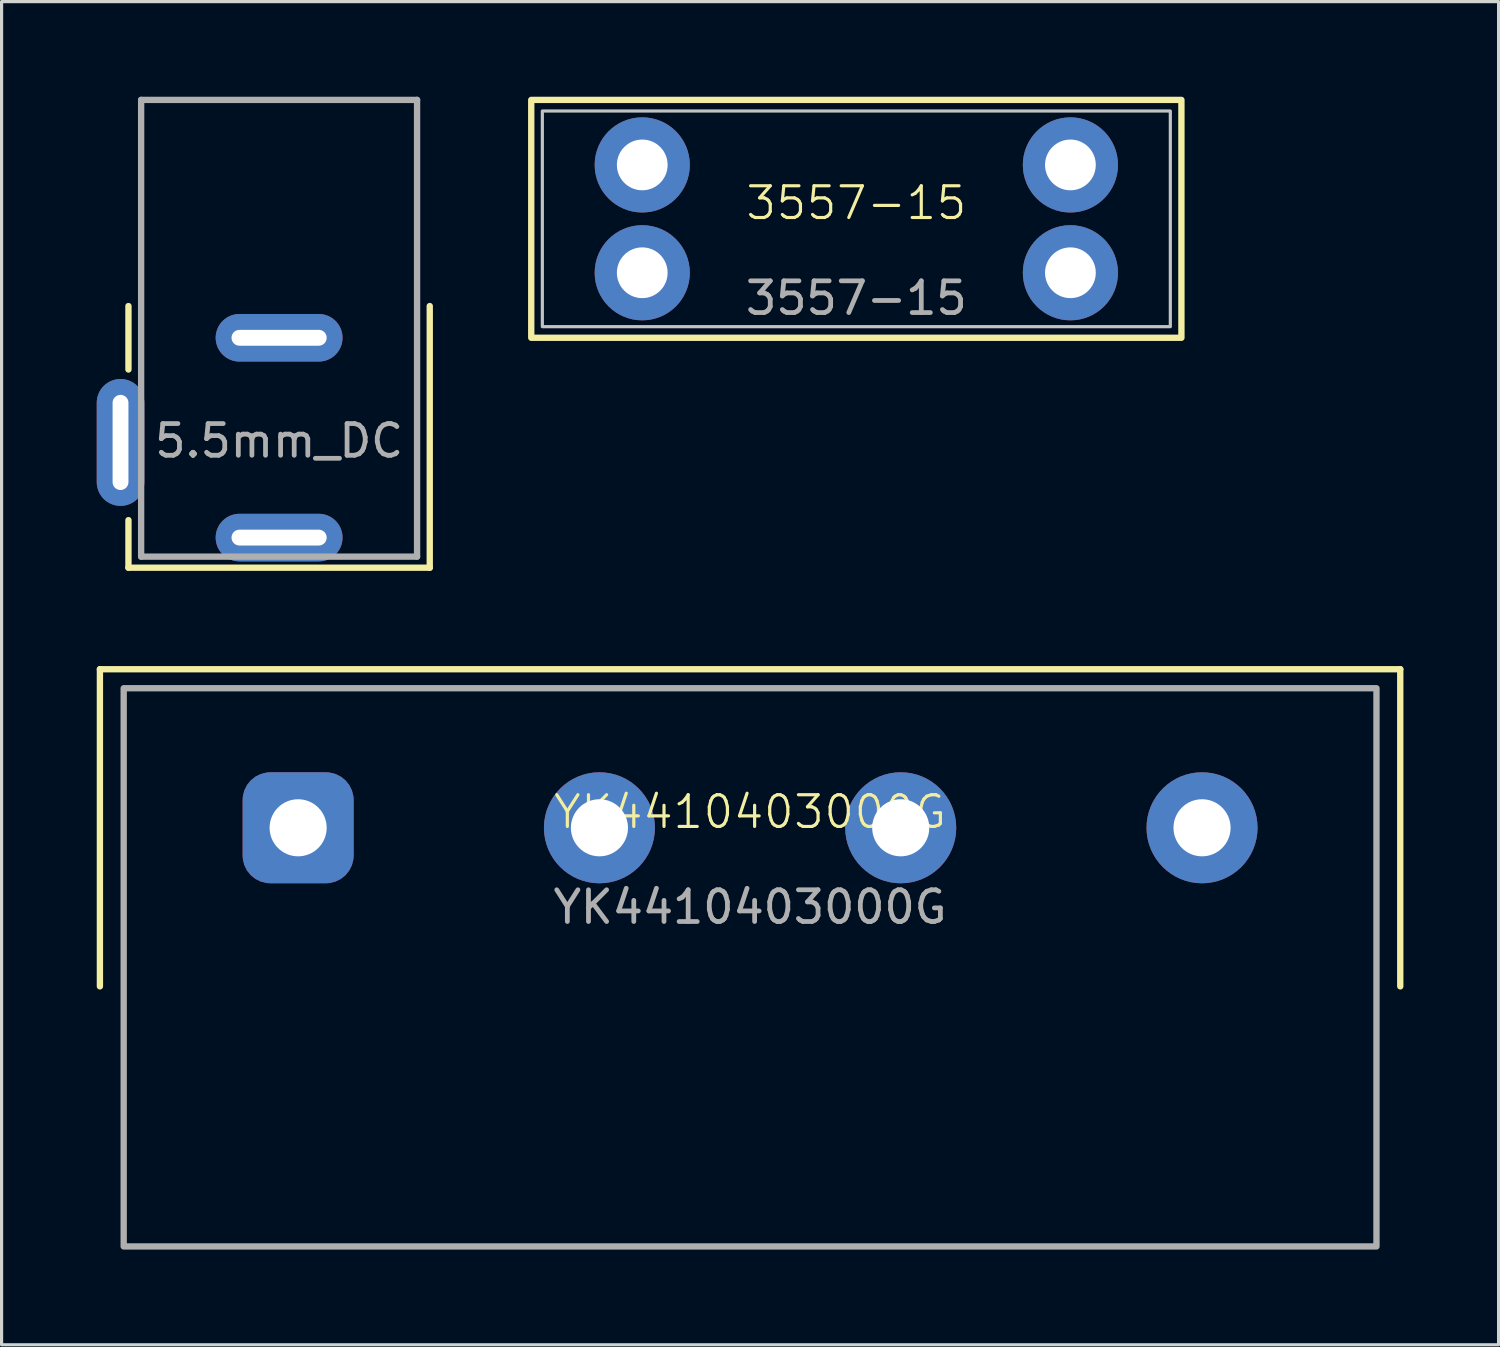
<source format=kicad_pcb>
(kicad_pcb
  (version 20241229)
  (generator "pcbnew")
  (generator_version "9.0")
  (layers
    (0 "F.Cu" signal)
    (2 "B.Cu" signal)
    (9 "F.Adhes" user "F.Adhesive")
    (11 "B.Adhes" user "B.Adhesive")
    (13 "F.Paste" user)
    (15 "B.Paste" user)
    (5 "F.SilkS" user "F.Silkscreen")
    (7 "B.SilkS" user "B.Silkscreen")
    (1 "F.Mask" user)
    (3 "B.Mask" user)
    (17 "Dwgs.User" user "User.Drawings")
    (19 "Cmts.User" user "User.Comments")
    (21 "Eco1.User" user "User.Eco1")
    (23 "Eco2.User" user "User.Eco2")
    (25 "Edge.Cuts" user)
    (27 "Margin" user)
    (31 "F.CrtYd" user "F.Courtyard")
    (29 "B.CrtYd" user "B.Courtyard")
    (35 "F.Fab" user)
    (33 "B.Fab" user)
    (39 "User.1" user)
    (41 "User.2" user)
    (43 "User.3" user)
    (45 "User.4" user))
  (footprint "YK4410403000G"
    (layer "F.Cu")
    (at 20.6 23.05)
    (property "Reference" "YK4410403000G" (at 0 -0.5 0) (unlocked yes) (layer "F.SilkS") (effects (font (size 1 1) (thickness 0.1))))
    (attr smd)
    (fp_line (start -20.5 -5) (end -20.5 5) (stroke (width 0.2) (type default)) (layer "F.SilkS"))
    (fp_line (start 20.5 -5) (end -20.5 -5) (stroke (width 0.2) (type default)) (layer "F.SilkS"))
    (fp_line (start 20.5 5) (end 20.5 -5) (stroke (width 0.2) (type default)) (layer "F.SilkS"))
    (fp_rect (start -19.75 13.2) (end 19.75 -4.4) (stroke (width 0.2) (type default)) (fill no) (layer "F.Fab"))
    (fp_text user "${REFERENCE}" (at 0 2.5 0) (unlocked yes) (layer "F.Fab") (effects (font (size 1 1) (thickness 0.15))))
    (pad "1" thru_hole roundrect (at -14.25 0) (size 3.5 3.5) (drill 1.8) (layers "*.Cu" "*.Mask") (roundrect_rratio 0.25))
    (pad "2" thru_hole circle (at -4.75 0) (size 3.5 3.5) (drill 1.8) (layers "*.Cu" "*.Mask"))
    (pad "3" thru_hole circle (at 4.75 0) (size 3.5 3.5) (drill 1.8) (layers "*.Cu" "*.Mask"))
    (pad "4" thru_hole circle (at 14.25 0) (size 3.5 3.5) (drill 1.8) (layers "*.Cu" "*.Mask")))
  (footprint "3557-15"
    (layer "F.Cu")
    (at 23.95 3.85)
    (property "Reference" "3557-15" (at 0 -0.5 0) (unlocked yes) (layer "F.SilkS") (effects (font (size 1 1) (thickness 0.1))))
    (attr through_hole)
    (fp_rect (start -10.25 -3.75) (end 10.25 3.75) (stroke (width 0.2) (type default)) (fill no) (layer "F.SilkS"))
    (fp_rect (start -9.9 -3.4) (end 9.9 3.4) (stroke (width 0.1) (type default)) (fill no) (layer "Dwgs.User"))
    (fp_text user "${REFERENCE}" (at 0 2.5 0) (unlocked yes) (layer "F.Fab") (effects (font (size 1 1) (thickness 0.15))))
    (pad "1" thru_hole circle (at -6.75 -1.7) (size 3 3) (drill 1.6) (layers "*.Cu" "*.Mask"))
    (pad "1" thru_hole circle (at -6.75 1.7) (size 3 3) (drill 1.6) (layers "*.Cu" "*.Mask"))
    (pad "2" thru_hole circle (at 6.75 -1.7) (size 3 3) (drill 1.6) (layers "*.Cu" "*.Mask"))
    (pad "2" thru_hole circle (at 6.75 1.7) (size 3 3) (drill 1.6) (layers "*.Cu" "*.Mask")))
  (footprint "5.5mm_DC"
    (layer "F.Cu")
    (at 5.75 6.1)
    (property "Reference" "5.5mm_DC" (at 0 4.75 0) (layer "F.Fab") (effects (font (size 1 1) (thickness 0.15))))
    (attr through_hole)
    (fp_line (start -4.75 2.5) (end -4.75 0.5) (stroke (width 0.2) (type solid)) (layer "F.SilkS"))
    (fp_line (start -4.75 8.75) (end -4.75 7.25) (stroke (width 0.2) (type solid)) (layer "F.SilkS"))
    (fp_line (start 4.75 0.5) (end 4.75 8.75) (stroke (width 0.2) (type solid)) (layer "F.SilkS"))
    (fp_line (start 4.75 8.75) (end -4.75 8.75) (stroke (width 0.2) (type solid)) (layer "F.SilkS"))
    (fp_line (start -4.35 -6) (end 4.35 -6) (stroke (width 0.2) (type solid)) (layer "F.Fab"))
    (fp_line (start -4.35 8.4) (end -4.35 -6) (stroke (width 0.2) (type solid)) (layer "F.Fab"))
    (fp_line (start -4.35 8.4) (end 4.35 8.4) (stroke (width 0.2) (type solid)) (layer "F.Fab"))
    (fp_line (start 4.35 8.4) (end 4.35 -6) (stroke (width 0.2) (type solid)) (layer "F.Fab"))
    (pad "1" thru_hole oval (at 0 7.8) (size 4 1.5) (drill oval 3 0.5) (layers "*.Cu" "*.Mask"))
    (pad "2" thru_hole oval (at -5 4.8 90) (size 4 1.5) (drill oval 3 0.5) (layers "*.Cu" "*.Mask"))
    (pad "3" thru_hole oval (at 0 1.5) (size 4 1.5) (drill oval 3 0.5) (layers "*.Cu" "*.Mask")))
  (gr_rect
    (start -3 -3)
    (end 44.2 39.35)
    (stroke (width 0.1) (type default))
    (fill no)
    (layer "Edge.Cuts")))
</source>
